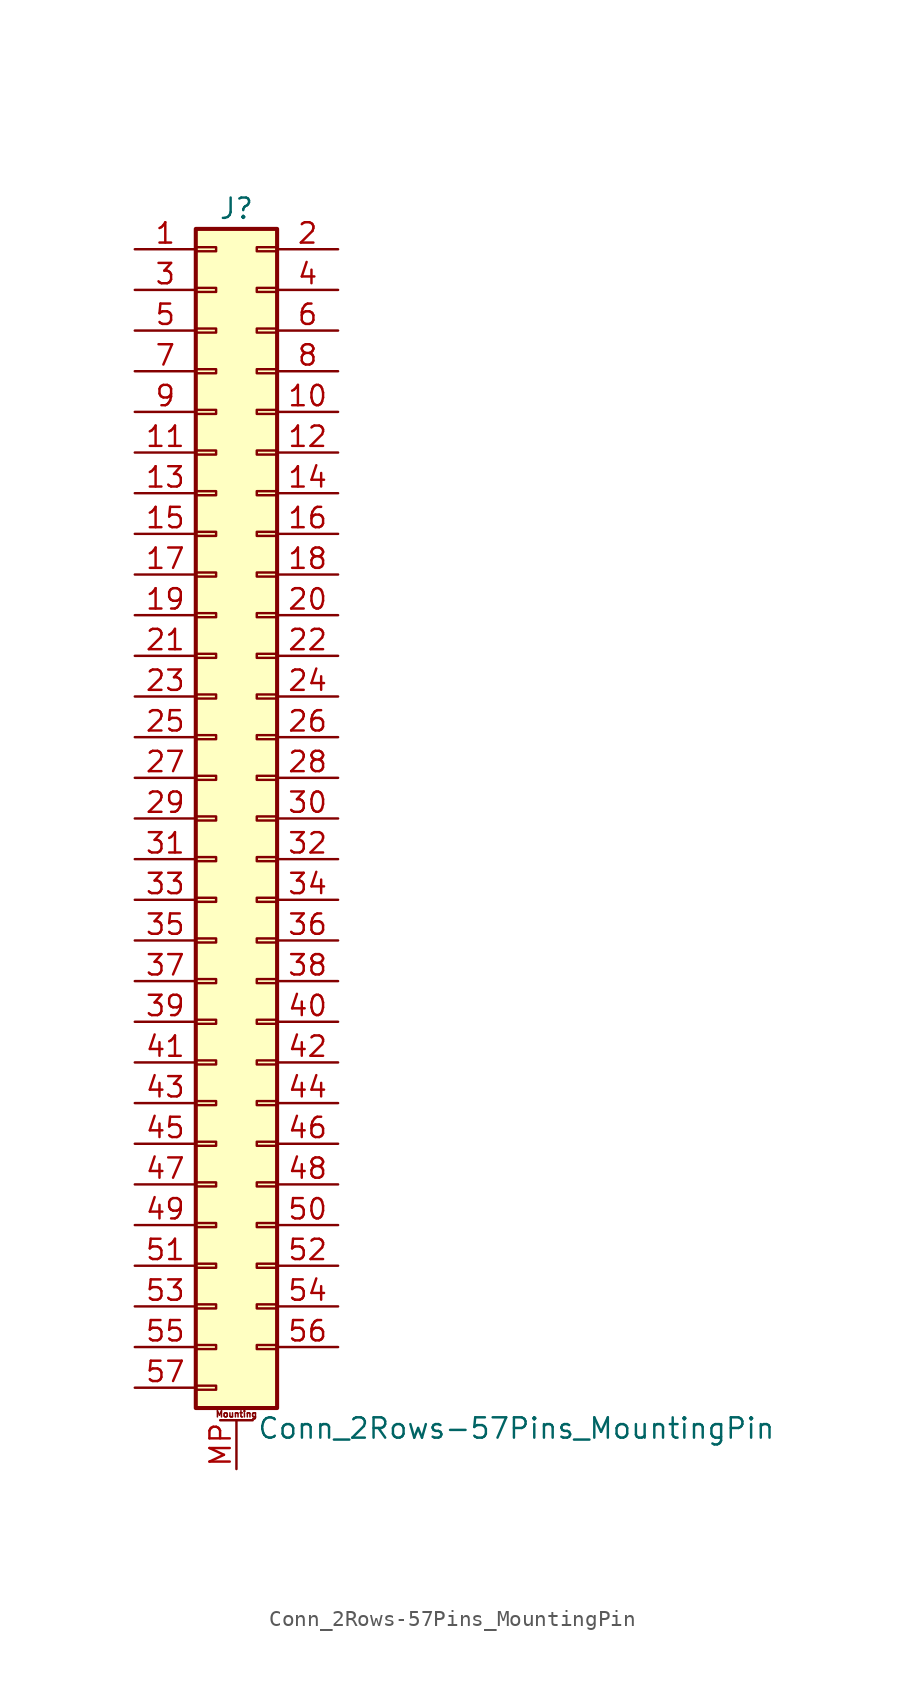
<source format=kicad_sym>
(kicad_symbol_lib
  (version 20201005)
  (generator kicad_symbol_editor)
  (symbol "Conn_2Rows-57Pins_MountingPin"
    (pin_names
      (offset 1.016) hide)
    (property "Reference" "J"
      (at 1.27 38.1 0)
      (effects (font (size 1.27 1.27))))
    (property "Value" "Conn_2Rows-57Pins_MountingPin"
      (at 2.54 -38.1 0)
      (effects (font (size 1.27 1.27)) (justify left)))
    (symbol "Conn_2Rows-57Pins_MountingPin_1_1"
      (text "Mounting" (at 1.27 -37.211 0) (effects (font (size 0.381 0.381))))
      (rectangle (start -1.27 -35.433) (end 0 -35.687) (stroke (width 0.152)) (fill (type none)))
      (rectangle (start -1.27 -32.893) (end 0 -33.147) (stroke (width 0.152)) (fill (type none)))
      (rectangle (start -1.27 -30.353) (end 0 -30.607) (stroke (width 0.152)) (fill (type none)))
      (rectangle (start -1.27 -27.813) (end 0 -28.067) (stroke (width 0.152)) (fill (type none)))
      (rectangle (start -1.27 -25.273) (end 0 -25.527) (stroke (width 0.152)) (fill (type none)))
      (rectangle (start -1.27 -22.733) (end 0 -22.987) (stroke (width 0.152)) (fill (type none)))
      (rectangle (start -1.27 -20.193) (end 0 -20.447) (stroke (width 0.152)) (fill (type none)))
      (rectangle (start -1.27 -17.653) (end 0 -17.907) (stroke (width 0.152)) (fill (type none)))
      (rectangle (start -1.27 -15.113) (end 0 -15.367) (stroke (width 0.152)) (fill (type none)))
      (rectangle (start -1.27 -12.573) (end 0 -12.827) (stroke (width 0.152)) (fill (type none)))
      (rectangle (start -1.27 -10.033) (end 0 -10.287) (stroke (width 0.152)) (fill (type none)))
      (rectangle (start -1.27 -7.493) (end 0 -7.747) (stroke (width 0.152)) (fill (type none)))
      (rectangle (start -1.27 -4.953) (end 0 -5.207) (stroke (width 0.152)) (fill (type none)))
      (rectangle (start -1.27 -2.413) (end 0 -2.667) (stroke (width 0.152)) (fill (type none)))
      (rectangle (start -1.27 0.127) (end 0 -0.127) (stroke (width 0.152)) (fill (type none)))
      (rectangle (start -1.27 2.667) (end 0 2.413) (stroke (width 0.152)) (fill (type none)))
      (rectangle (start -1.27 5.207) (end 0 4.953) (stroke (width 0.152)) (fill (type none)))
      (rectangle (start -1.27 7.747) (end 0 7.493) (stroke (width 0.152)) (fill (type none)))
      (rectangle (start -1.27 10.287) (end 0 10.033) (stroke (width 0.152)) (fill (type none)))
      (rectangle (start -1.27 12.827) (end 0 12.573) (stroke (width 0.152)) (fill (type none)))
      (rectangle (start -1.27 15.367) (end 0 15.113) (stroke (width 0.152)) (fill (type none)))
      (rectangle (start -1.27 17.907) (end 0 17.653) (stroke (width 0.152)) (fill (type none)))
      (rectangle (start -1.27 20.447) (end 0 20.193) (stroke (width 0.152)) (fill (type none)))
      (rectangle (start -1.27 22.987) (end 0 22.733) (stroke (width 0.152)) (fill (type none)))
      (rectangle (start -1.27 25.527) (end 0 25.273) (stroke (width 0.152)) (fill (type none)))
      (rectangle (start -1.27 28.067) (end 0 27.813) (stroke (width 0.152)) (fill (type none)))
      (rectangle (start -1.27 30.607) (end 0 30.353) (stroke (width 0.152)) (fill (type none)))
      (rectangle (start -1.27 33.147) (end 0 32.893) (stroke (width 0.152)) (fill (type none)))
      (rectangle (start -1.27 35.687) (end 0 35.433) (stroke (width 0.152)) (fill (type none)))
      (rectangle (start 3.81 -32.893) (end 2.54 -33.147) (stroke (width 0.152)) (fill (type none)))
      (rectangle (start 3.81 -30.353) (end 2.54 -30.607) (stroke (width 0.152)) (fill (type none)))
      (rectangle (start 3.81 -27.813) (end 2.54 -28.067) (stroke (width 0.152)) (fill (type none)))
      (rectangle (start 3.81 -25.273) (end 2.54 -25.527) (stroke (width 0.152)) (fill (type none)))
      (rectangle (start 3.81 -22.733) (end 2.54 -22.987) (stroke (width 0.152)) (fill (type none)))
      (rectangle (start 3.81 -20.193) (end 2.54 -20.447) (stroke (width 0.152)) (fill (type none)))
      (rectangle (start 3.81 -17.653) (end 2.54 -17.907) (stroke (width 0.152)) (fill (type none)))
      (rectangle (start 3.81 -15.113) (end 2.54 -15.367) (stroke (width 0.152)) (fill (type none)))
      (rectangle (start 3.81 -12.573) (end 2.54 -12.827) (stroke (width 0.152)) (fill (type none)))
      (rectangle (start 3.81 -10.033) (end 2.54 -10.287) (stroke (width 0.152)) (fill (type none)))
      (rectangle (start 3.81 -7.493) (end 2.54 -7.747) (stroke (width 0.152)) (fill (type none)))
      (rectangle (start 3.81 -4.953) (end 2.54 -5.207) (stroke (width 0.152)) (fill (type none)))
      (rectangle (start 3.81 -2.413) (end 2.54 -2.667) (stroke (width 0.152)) (fill (type none)))
      (rectangle (start 3.81 0.127) (end 2.54 -0.127) (stroke (width 0.152)) (fill (type none)))
      (rectangle (start 3.81 2.667) (end 2.54 2.413) (stroke (width 0.152)) (fill (type none)))
      (rectangle (start 3.81 5.207) (end 2.54 4.953) (stroke (width 0.152)) (fill (type none)))
      (rectangle (start 3.81 7.747) (end 2.54 7.493) (stroke (width 0.152)) (fill (type none)))
      (rectangle (start 3.81 10.287) (end 2.54 10.033) (stroke (width 0.152)) (fill (type none)))
      (rectangle (start 3.81 12.827) (end 2.54 12.573) (stroke (width 0.152)) (fill (type none)))
      (rectangle (start 3.81 15.367) (end 2.54 15.113) (stroke (width 0.152)) (fill (type none)))
      (rectangle (start 3.81 17.907) (end 2.54 17.653) (stroke (width 0.152)) (fill (type none)))
      (rectangle (start 3.81 20.447) (end 2.54 20.193) (stroke (width 0.152)) (fill (type none)))
      (rectangle (start 3.81 22.987) (end 2.54 22.733) (stroke (width 0.152)) (fill (type none)))
      (rectangle (start 3.81 25.527) (end 2.54 25.273) (stroke (width 0.152)) (fill (type none)))
      (rectangle (start 3.81 28.067) (end 2.54 27.813) (stroke (width 0.152)) (fill (type none)))
      (rectangle (start 3.81 30.607) (end 2.54 30.353) (stroke (width 0.152)) (fill (type none)))
      (rectangle (start 3.81 33.147) (end 2.54 32.893) (stroke (width 0.152)) (fill (type none)))
      (rectangle (start 3.81 35.687) (end 2.54 35.433) (stroke (width 0.152)) (fill (type none)))
      (rectangle (start -1.27 36.83) (end 3.81 -36.83) (stroke (width 0.254)) (fill (type background)))
      (polyline (pts (xy 0.254 -37.592) (xy 2.286 -37.592)) (stroke (width 0.152)) (fill (type none)))
      (pin passive line (at -5.08 35.56 0) (length 3.81) (name "Pin_1" (effects (font (size 1.27 1.27)))) (number "1" (effects (font (size 1.27 1.27)))))
      (pin passive line (at 7.62 25.4 180) (length 3.81) (name "Pin_10" (effects (font (size 1.27 1.27)))) (number "10" (effects (font (size 1.27 1.27)))))
      (pin passive line (at -5.08 22.86 0) (length 3.81) (name "Pin_11" (effects (font (size 1.27 1.27)))) (number "11" (effects (font (size 1.27 1.27)))))
      (pin passive line (at 7.62 22.86 180) (length 3.81) (name "Pin_12" (effects (font (size 1.27 1.27)))) (number "12" (effects (font (size 1.27 1.27)))))
      (pin passive line (at -5.08 20.32 0) (length 3.81) (name "Pin_13" (effects (font (size 1.27 1.27)))) (number "13" (effects (font (size 1.27 1.27)))))
      (pin passive line (at 7.62 20.32 180) (length 3.81) (name "Pin_14" (effects (font (size 1.27 1.27)))) (number "14" (effects (font (size 1.27 1.27)))))
      (pin passive line (at -5.08 17.78 0) (length 3.81) (name "Pin_15" (effects (font (size 1.27 1.27)))) (number "15" (effects (font (size 1.27 1.27)))))
      (pin passive line (at 7.62 17.78 180) (length 3.81) (name "Pin_16" (effects (font (size 1.27 1.27)))) (number "16" (effects (font (size 1.27 1.27)))))
      (pin passive line (at -5.08 15.24 0) (length 3.81) (name "Pin_17" (effects (font (size 1.27 1.27)))) (number "17" (effects (font (size 1.27 1.27)))))
      (pin passive line (at 7.62 15.24 180) (length 3.81) (name "Pin_18" (effects (font (size 1.27 1.27)))) (number "18" (effects (font (size 1.27 1.27)))))
      (pin passive line (at -5.08 12.7 0) (length 3.81) (name "Pin_19" (effects (font (size 1.27 1.27)))) (number "19" (effects (font (size 1.27 1.27)))))
      (pin passive line (at 7.62 35.56 180) (length 3.81) (name "Pin_2" (effects (font (size 1.27 1.27)))) (number "2" (effects (font (size 1.27 1.27)))))
      (pin passive line (at 7.62 12.7 180) (length 3.81) (name "Pin_20" (effects (font (size 1.27 1.27)))) (number "20" (effects (font (size 1.27 1.27)))))
      (pin passive line (at -5.08 10.16 0) (length 3.81) (name "Pin_21" (effects (font (size 1.27 1.27)))) (number "21" (effects (font (size 1.27 1.27)))))
      (pin passive line (at 7.62 10.16 180) (length 3.81) (name "Pin_22" (effects (font (size 1.27 1.27)))) (number "22" (effects (font (size 1.27 1.27)))))
      (pin passive line (at -5.08 7.62 0) (length 3.81) (name "Pin_23" (effects (font (size 1.27 1.27)))) (number "23" (effects (font (size 1.27 1.27)))))
      (pin passive line (at 7.62 7.62 180) (length 3.81) (name "Pin_24" (effects (font (size 1.27 1.27)))) (number "24" (effects (font (size 1.27 1.27)))))
      (pin passive line (at -5.08 5.08 0) (length 3.81) (name "Pin_25" (effects (font (size 1.27 1.27)))) (number "25" (effects (font (size 1.27 1.27)))))
      (pin passive line (at 7.62 5.08 180) (length 3.81) (name "Pin_26" (effects (font (size 1.27 1.27)))) (number "26" (effects (font (size 1.27 1.27)))))
      (pin passive line (at -5.08 2.54 0) (length 3.81) (name "Pin_27" (effects (font (size 1.27 1.27)))) (number "27" (effects (font (size 1.27 1.27)))))
      (pin passive line (at 7.62 2.54 180) (length 3.81) (name "Pin_28" (effects (font (size 1.27 1.27)))) (number "28" (effects (font (size 1.27 1.27)))))
      (pin passive line (at -5.08 0 0) (length 3.81) (name "Pin_29" (effects (font (size 1.27 1.27)))) (number "29" (effects (font (size 1.27 1.27)))))
      (pin passive line (at -5.08 33.02 0) (length 3.81) (name "Pin_3" (effects (font (size 1.27 1.27)))) (number "3" (effects (font (size 1.27 1.27)))))
      (pin passive line (at 7.62 0 180) (length 3.81) (name "Pin_30" (effects (font (size 1.27 1.27)))) (number "30" (effects (font (size 1.27 1.27)))))
      (pin passive line (at -5.08 -2.54 0) (length 3.81) (name "Pin_31" (effects (font (size 1.27 1.27)))) (number "31" (effects (font (size 1.27 1.27)))))
      (pin passive line (at 7.62 -2.54 180) (length 3.81) (name "Pin_32" (effects (font (size 1.27 1.27)))) (number "32" (effects (font (size 1.27 1.27)))))
      (pin passive line (at -5.08 -5.08 0) (length 3.81) (name "Pin_33" (effects (font (size 1.27 1.27)))) (number "33" (effects (font (size 1.27 1.27)))))
      (pin passive line (at 7.62 -5.08 180) (length 3.81) (name "Pin_34" (effects (font (size 1.27 1.27)))) (number "34" (effects (font (size 1.27 1.27)))))
      (pin passive line (at -5.08 -7.62 0) (length 3.81) (name "Pin_35" (effects (font (size 1.27 1.27)))) (number "35" (effects (font (size 1.27 1.27)))))
      (pin passive line (at 7.62 -7.62 180) (length 3.81) (name "Pin_36" (effects (font (size 1.27 1.27)))) (number "36" (effects (font (size 1.27 1.27)))))
      (pin passive line (at -5.08 -10.16 0) (length 3.81) (name "Pin_37" (effects (font (size 1.27 1.27)))) (number "37" (effects (font (size 1.27 1.27)))))
      (pin passive line (at 7.62 -10.16 180) (length 3.81) (name "Pin_38" (effects (font (size 1.27 1.27)))) (number "38" (effects (font (size 1.27 1.27)))))
      (pin passive line (at -5.08 -12.7 0) (length 3.81) (name "Pin_39" (effects (font (size 1.27 1.27)))) (number "39" (effects (font (size 1.27 1.27)))))
      (pin passive line (at 7.62 33.02 180) (length 3.81) (name "Pin_4" (effects (font (size 1.27 1.27)))) (number "4" (effects (font (size 1.27 1.27)))))
      (pin passive line (at 7.62 -12.7 180) (length 3.81) (name "Pin_40" (effects (font (size 1.27 1.27)))) (number "40" (effects (font (size 1.27 1.27)))))
      (pin passive line (at -5.08 -15.24 0) (length 3.81) (name "Pin_41" (effects (font (size 1.27 1.27)))) (number "41" (effects (font (size 1.27 1.27)))))
      (pin passive line (at 7.62 -15.24 180) (length 3.81) (name "Pin_42" (effects (font (size 1.27 1.27)))) (number "42" (effects (font (size 1.27 1.27)))))
      (pin passive line (at -5.08 -17.78 0) (length 3.81) (name "Pin_43" (effects (font (size 1.27 1.27)))) (number "43" (effects (font (size 1.27 1.27)))))
      (pin passive line (at 7.62 -17.78 180) (length 3.81) (name "Pin_44" (effects (font (size 1.27 1.27)))) (number "44" (effects (font (size 1.27 1.27)))))
      (pin passive line (at -5.08 -20.32 0) (length 3.81) (name "Pin_45" (effects (font (size 1.27 1.27)))) (number "45" (effects (font (size 1.27 1.27)))))
      (pin passive line (at 7.62 -20.32 180) (length 3.81) (name "Pin_46" (effects (font (size 1.27 1.27)))) (number "46" (effects (font (size 1.27 1.27)))))
      (pin passive line (at -5.08 -22.86 0) (length 3.81) (name "Pin_47" (effects (font (size 1.27 1.27)))) (number "47" (effects (font (size 1.27 1.27)))))
      (pin passive line (at 7.62 -22.86 180) (length 3.81) (name "Pin_48" (effects (font (size 1.27 1.27)))) (number "48" (effects (font (size 1.27 1.27)))))
      (pin passive line (at -5.08 -25.4 0) (length 3.81) (name "Pin_49" (effects (font (size 1.27 1.27)))) (number "49" (effects (font (size 1.27 1.27)))))
      (pin passive line (at -5.08 30.48 0) (length 3.81) (name "Pin_5" (effects (font (size 1.27 1.27)))) (number "5" (effects (font (size 1.27 1.27)))))
      (pin passive line (at 7.62 -25.4 180) (length 3.81) (name "Pin_50" (effects (font (size 1.27 1.27)))) (number "50" (effects (font (size 1.27 1.27)))))
      (pin passive line (at -5.08 -27.94 0) (length 3.81) (name "Pin_51" (effects (font (size 1.27 1.27)))) (number "51" (effects (font (size 1.27 1.27)))))
      (pin passive line (at 7.62 -27.94 180) (length 3.81) (name "Pin_52" (effects (font (size 1.27 1.27)))) (number "52" (effects (font (size 1.27 1.27)))))
      (pin passive line (at -5.08 -30.48 0) (length 3.81) (name "Pin_53" (effects (font (size 1.27 1.27)))) (number "53" (effects (font (size 1.27 1.27)))))
      (pin passive line (at 7.62 -30.48 180) (length 3.81) (name "Pin_54" (effects (font (size 1.27 1.27)))) (number "54" (effects (font (size 1.27 1.27)))))
      (pin passive line (at -5.08 -33.02 0) (length 3.81) (name "Pin_55" (effects (font (size 1.27 1.27)))) (number "55" (effects (font (size 1.27 1.27)))))
      (pin passive line (at 7.62 -33.02 180) (length 3.81) (name "Pin_56" (effects (font (size 1.27 1.27)))) (number "56" (effects (font (size 1.27 1.27)))))
      (pin passive line (at -5.08 -35.56 0) (length 3.81) (name "Pin_57" (effects (font (size 1.27 1.27)))) (number "57" (effects (font (size 1.27 1.27)))))
      (pin passive line (at 7.62 30.48 180) (length 3.81) (name "Pin_6" (effects (font (size 1.27 1.27)))) (number "6" (effects (font (size 1.27 1.27)))))
      (pin passive line (at -5.08 27.94 0) (length 3.81) (name "Pin_7" (effects (font (size 1.27 1.27)))) (number "7" (effects (font (size 1.27 1.27)))))
      (pin passive line (at 7.62 27.94 180) (length 3.81) (name "Pin_8" (effects (font (size 1.27 1.27)))) (number "8" (effects (font (size 1.27 1.27)))))
      (pin passive line (at -5.08 25.4 0) (length 3.81) (name "Pin_9" (effects (font (size 1.27 1.27)))) (number "9" (effects (font (size 1.27 1.27)))))
      (pin passive line (at 1.27 -40.64 90) (length 3.048) (name "MountPin" (effects (font (size 1.27 1.27)))) (number "MP" (effects (font (size 1.27 1.27))))))))
</source>
